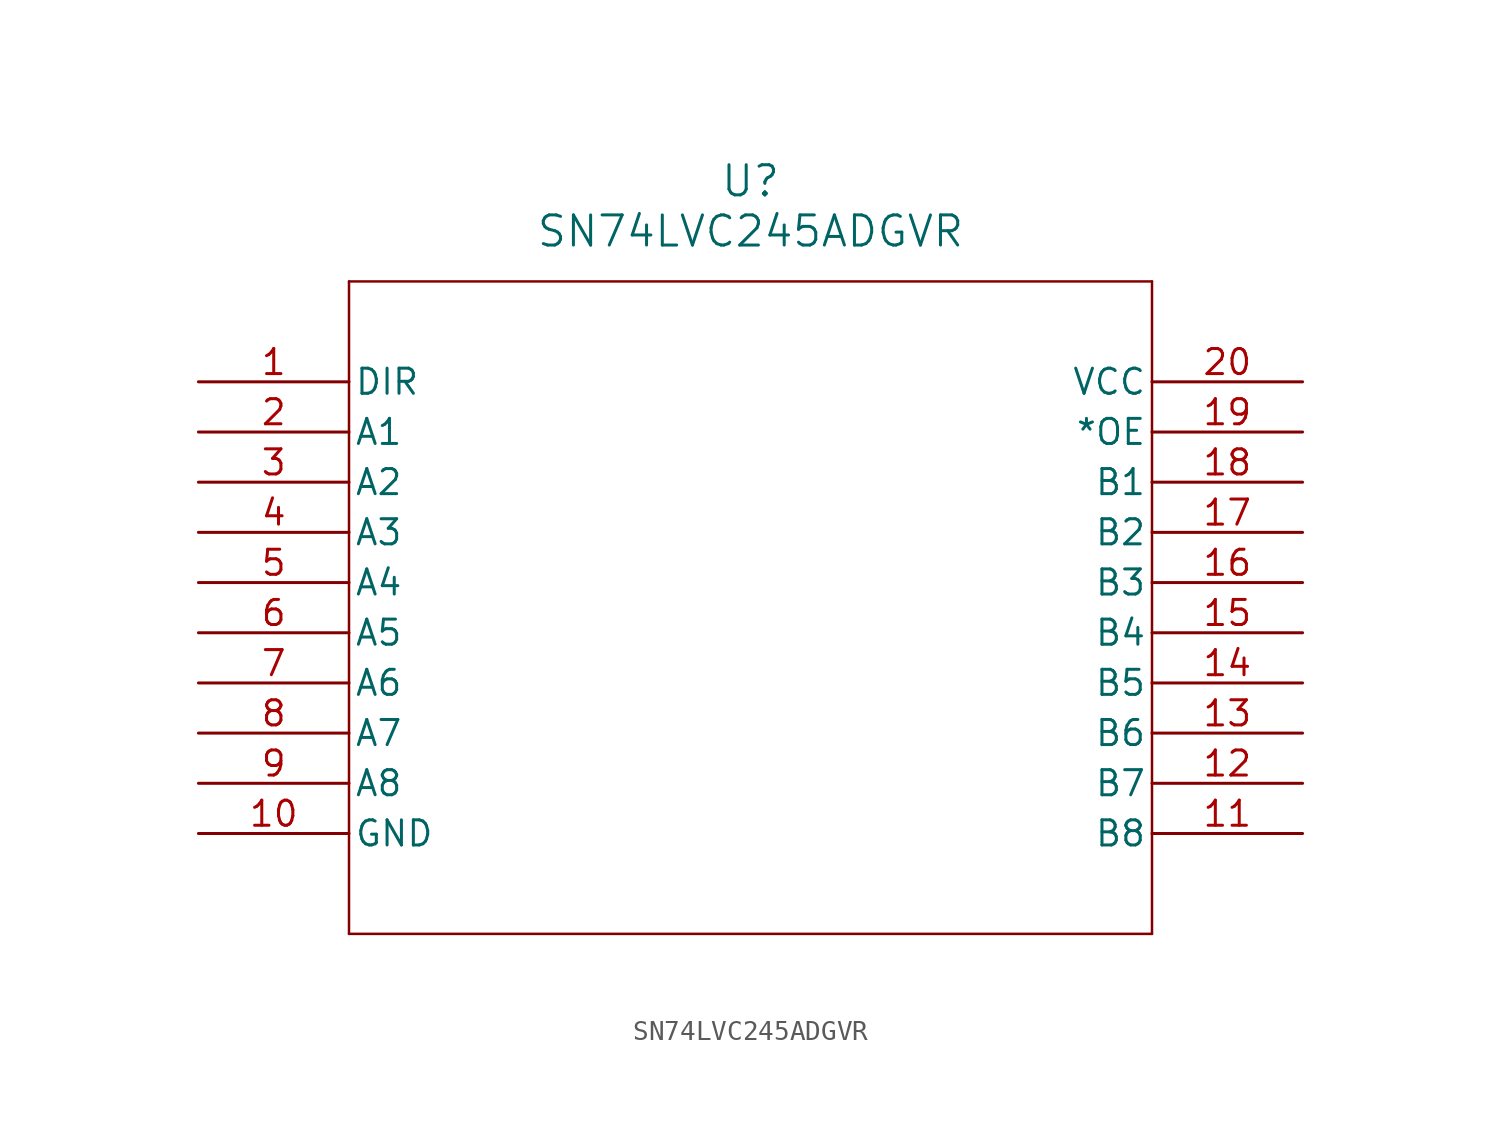
<source format=kicad_sym>
(kicad_symbol_lib
  (version 20211014)
  (generator kicad_symbol_editor)
  (symbol "SN74LVC245ADGVR"
    (pin_names
      (offset 0.254))
    (property "Reference" "U"
      (at 27.94 10.16 0)
      (effects (font (size 1.524 1.524))))
    (property "Value" "SN74LVC245ADGVR"
      (at 27.94 7.62 0)
      (effects (font (size 1.524 1.524))))
    (symbol "SN74LVC245ADGVR_0_1"
      (polyline (pts (xy 7.62 5.08) (xy 7.62 -27.94)) (stroke (width 0.127) (type default) (color 0 0 0 0)) (fill (type none)))
      (polyline (pts (xy 7.62 -27.94) (xy 48.26 -27.94)) (stroke (width 0.127) (type default) (color 0 0 0 0)) (fill (type none)))
      (polyline (pts (xy 48.26 -27.94) (xy 48.26 5.08)) (stroke (width 0.127) (type default) (color 0 0 0 0)) (fill (type none)))
      (polyline (pts (xy 48.26 5.08) (xy 7.62 5.08)) (stroke (width 0.127) (type default) (color 0 0 0 0)) (fill (type none)))
      (pin input line (at 0 0 0) (length 7.62) (name "DIR" (effects (font (size 1.27 1.27)))) (number "1" (effects (font (size 1.27 1.27)))))
      (pin bidirectional line (at 0 -2.54 0) (length 7.62) (name "A1" (effects (font (size 1.27 1.27)))) (number "2" (effects (font (size 1.27 1.27)))))
      (pin bidirectional line (at 0 -5.08 0) (length 7.62) (name "A2" (effects (font (size 1.27 1.27)))) (number "3" (effects (font (size 1.27 1.27)))))
      (pin bidirectional line (at 0 -7.62 0) (length 7.62) (name "A3" (effects (font (size 1.27 1.27)))) (number "4" (effects (font (size 1.27 1.27)))))
      (pin bidirectional line (at 0 -10.16 0) (length 7.62) (name "A4" (effects (font (size 1.27 1.27)))) (number "5" (effects (font (size 1.27 1.27)))))
      (pin bidirectional line (at 0 -12.7 0) (length 7.62) (name "A5" (effects (font (size 1.27 1.27)))) (number "6" (effects (font (size 1.27 1.27)))))
      (pin bidirectional line (at 0 -15.24 0) (length 7.62) (name "A6" (effects (font (size 1.27 1.27)))) (number "7" (effects (font (size 1.27 1.27)))))
      (pin bidirectional line (at 0 -17.78 0) (length 7.62) (name "A7" (effects (font (size 1.27 1.27)))) (number "8" (effects (font (size 1.27 1.27)))))
      (pin bidirectional line (at 0 -20.32 0) (length 7.62) (name "A8" (effects (font (size 1.27 1.27)))) (number "9" (effects (font (size 1.27 1.27)))))
      (pin power_in line (at 0 -22.86 0) (length 7.62) (name "GND" (effects (font (size 1.27 1.27)))) (number "10" (effects (font (size 1.27 1.27)))))
      (pin bidirectional line (at 55.88 -22.86 180) (length 7.62) (name "B8" (effects (font (size 1.27 1.27)))) (number "11" (effects (font (size 1.27 1.27)))))
      (pin bidirectional line (at 55.88 -20.32 180) (length 7.62) (name "B7" (effects (font (size 1.27 1.27)))) (number "12" (effects (font (size 1.27 1.27)))))
      (pin bidirectional line (at 55.88 -17.78 180) (length 7.62) (name "B6" (effects (font (size 1.27 1.27)))) (number "13" (effects (font (size 1.27 1.27)))))
      (pin bidirectional line (at 55.88 -15.24 180) (length 7.62) (name "B5" (effects (font (size 1.27 1.27)))) (number "14" (effects (font (size 1.27 1.27)))))
      (pin bidirectional line (at 55.88 -12.7 180) (length 7.62) (name "B4" (effects (font (size 1.27 1.27)))) (number "15" (effects (font (size 1.27 1.27)))))
      (pin bidirectional line (at 55.88 -10.16 180) (length 7.62) (name "B3" (effects (font (size 1.27 1.27)))) (number "16" (effects (font (size 1.27 1.27)))))
      (pin bidirectional line (at 55.88 -7.62 180) (length 7.62) (name "B2" (effects (font (size 1.27 1.27)))) (number "17" (effects (font (size 1.27 1.27)))))
      (pin bidirectional line (at 55.88 -5.08 180) (length 7.62) (name "B1" (effects (font (size 1.27 1.27)))) (number "18" (effects (font (size 1.27 1.27)))))
      (pin input line (at 55.88 -2.54 180) (length 7.62) (name "*OE" (effects (font (size 1.27 1.27)))) (number "19" (effects (font (size 1.27 1.27)))))
      (pin power_in line (at 55.88 0 180) (length 7.62) (name "VCC" (effects (font (size 1.27 1.27)))) (number "20" (effects (font (size 1.27 1.27))))))))
</source>
